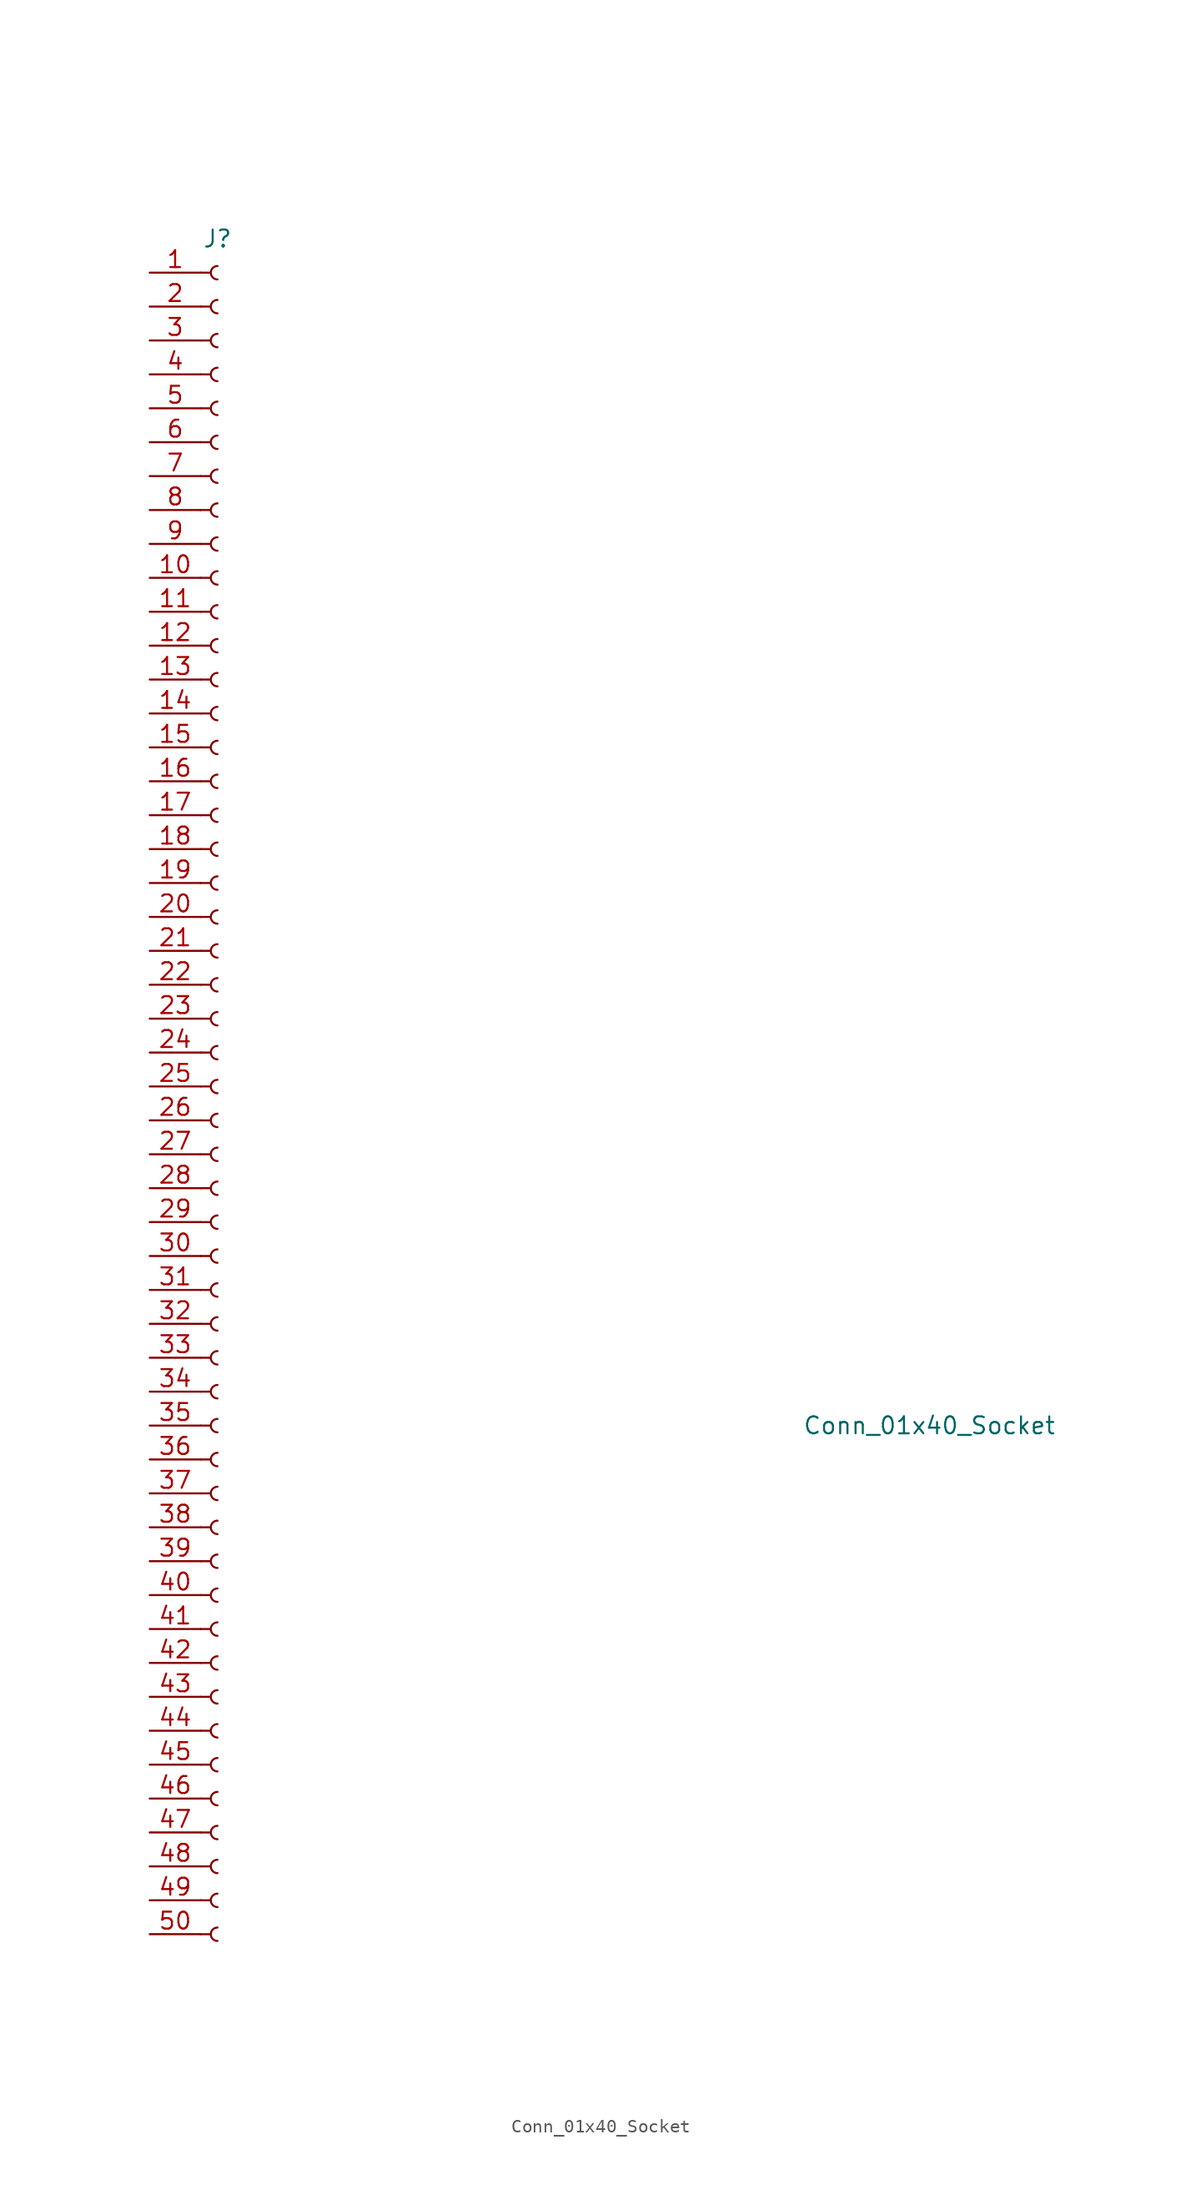
<source format=kicad_sym>
(kicad_symbol_lib
  (version 20220914)
  (generator kicad_symbol_editor)
  (symbol "Conn_01x40_Socket"
    (pin_names
      (offset 1.016) hide)
    (property "Reference" "J"
      (at 0 50.8 0)
      (effects (font (size 1.27 1.27))))
    (property "Value" "Conn_01x40_Socket"
      (at 53.34 -38.1 0)
      (effects (font (size 1.27 1.27))))
    (property "ki_locked" ""
      (at 0 0 0)
      (effects (font (size 1.27 1.27))))
    (symbol "Conn_01x40_Socket_1_1"
      (arc (start 0 -75.692) (mid -0.5058 -76.2) (end 0 -76.708) (stroke (width 0.1524) (type default)) (fill (type none)))
      (arc (start 0 -73.152) (mid -0.5058 -73.66) (end 0 -74.168) (stroke (width 0.1524) (type default)) (fill (type none)))
      (arc (start 0 -70.612) (mid -0.5058 -71.12) (end 0 -71.628) (stroke (width 0.1524) (type default)) (fill (type none)))
      (arc (start 0 -68.072) (mid -0.5058 -68.58) (end 0 -69.088) (stroke (width 0.1524) (type default)) (fill (type none)))
      (arc (start 0 -65.532) (mid -0.5058 -66.04) (end 0 -66.548) (stroke (width 0.1524) (type default)) (fill (type none)))
      (arc (start 0 -62.992) (mid -0.5058 -63.5) (end 0 -64.008) (stroke (width 0.1524) (type default)) (fill (type none)))
      (arc (start 0 -60.452) (mid -0.5058 -60.96) (end 0 -61.468) (stroke (width 0.1524) (type default)) (fill (type none)))
      (arc (start 0 -57.912) (mid -0.5058 -58.42) (end 0 -58.928) (stroke (width 0.1524) (type default)) (fill (type none)))
      (arc (start 0 -55.372) (mid -0.5058 -55.88) (end 0 -56.388) (stroke (width 0.1524) (type default)) (fill (type none)))
      (arc (start 0 -52.832) (mid -0.5058 -53.34) (end 0 -53.848) (stroke (width 0.1524) (type default)) (fill (type none)))
      (arc (start 0 -50.292) (mid -0.5058 -50.8) (end 0 -51.308) (stroke (width 0.1524) (type default)) (fill (type none)))
      (arc (start 0 -47.752) (mid -0.5058 -48.26) (end 0 -48.768) (stroke (width 0.1524) (type default)) (fill (type none)))
      (arc (start 0 -45.212) (mid -0.5058 -45.72) (end 0 -46.228) (stroke (width 0.1524) (type default)) (fill (type none)))
      (arc (start 0 -42.672) (mid -0.5058 -43.18) (end 0 -43.688) (stroke (width 0.1524) (type default)) (fill (type none)))
      (arc (start 0 -40.132) (mid -0.5058 -40.64) (end 0 -41.148) (stroke (width 0.1524) (type default)) (fill (type none)))
      (arc (start 0 -37.592) (mid -0.5058 -38.1) (end 0 -38.608) (stroke (width 0.1524) (type default)) (fill (type none)))
      (arc (start 0 -35.052) (mid -0.5058 -35.56) (end 0 -36.068) (stroke (width 0.1524) (type default)) (fill (type none)))
      (arc (start 0 -32.512) (mid -0.5058 -33.02) (end 0 -33.528) (stroke (width 0.1524) (type default)) (fill (type none)))
      (arc (start 0 -29.972) (mid -0.5058 -30.48) (end 0 -30.988) (stroke (width 0.1524) (type default)) (fill (type none)))
      (arc (start 0 -27.432) (mid -0.5058 -27.94) (end 0 -28.448) (stroke (width 0.1524) (type default)) (fill (type none)))
      (arc (start 0 -24.892) (mid -0.5058 -25.4) (end 0 -25.908) (stroke (width 0.1524) (type default)) (fill (type none)))
      (arc (start 0 -22.352) (mid -0.5058 -22.86) (end 0 -23.368) (stroke (width 0.1524) (type default)) (fill (type none)))
      (arc (start 0 -19.812) (mid -0.5058 -20.32) (end 0 -20.828) (stroke (width 0.1524) (type default)) (fill (type none)))
      (arc (start 0 -17.272) (mid -0.5058 -17.78) (end 0 -18.288) (stroke (width 0.1524) (type default)) (fill (type none)))
      (arc (start 0 -14.732) (mid -0.5058 -15.24) (end 0 -15.748) (stroke (width 0.1524) (type default)) (fill (type none)))
      (arc (start 0 -12.192) (mid -0.5058 -12.7) (end 0 -13.208) (stroke (width 0.1524) (type default)) (fill (type none)))
      (arc (start 0 -9.652) (mid -0.5058 -10.16) (end 0 -10.668) (stroke (width 0.1524) (type default)) (fill (type none)))
      (arc (start 0 -7.112) (mid -0.5058 -7.62) (end 0 -8.128) (stroke (width 0.1524) (type default)) (fill (type none)))
      (arc (start 0 -4.572) (mid -0.5058 -5.08) (end 0 -5.588) (stroke (width 0.1524) (type default)) (fill (type none)))
      (arc (start 0 -2.032) (mid -0.5058 -2.54) (end 0 -3.048) (stroke (width 0.1524) (type default)) (fill (type none)))
      (polyline (pts (xy -1.27 -76.2) (xy -0.508 -76.2)) (stroke (width 0.152) (type default)) (fill (type none)))
      (polyline (pts (xy -1.27 -73.66) (xy -0.508 -73.66)) (stroke (width 0.152) (type default)) (fill (type none)))
      (polyline (pts (xy -1.27 -71.12) (xy -0.508 -71.12)) (stroke (width 0.152) (type default)) (fill (type none)))
      (polyline (pts (xy -1.27 -68.58) (xy -0.508 -68.58)) (stroke (width 0.152) (type default)) (fill (type none)))
      (polyline (pts (xy -1.27 -66.04) (xy -0.508 -66.04)) (stroke (width 0.152) (type default)) (fill (type none)))
      (polyline (pts (xy -1.27 -63.5) (xy -0.508 -63.5)) (stroke (width 0.152) (type default)) (fill (type none)))
      (polyline (pts (xy -1.27 -60.96) (xy -0.508 -60.96)) (stroke (width 0.152) (type default)) (fill (type none)))
      (polyline (pts (xy -1.27 -58.42) (xy -0.508 -58.42)) (stroke (width 0.152) (type default)) (fill (type none)))
      (polyline (pts (xy -1.27 -55.88) (xy -0.508 -55.88)) (stroke (width 0.152) (type default)) (fill (type none)))
      (polyline (pts (xy -1.27 -53.34) (xy -0.508 -53.34)) (stroke (width 0.152) (type default)) (fill (type none)))
      (polyline (pts (xy -1.27 -50.8) (xy -0.508 -50.8)) (stroke (width 0.152) (type default)) (fill (type none)))
      (polyline (pts (xy -1.27 -48.26) (xy -0.508 -48.26)) (stroke (width 0.152) (type default)) (fill (type none)))
      (polyline (pts (xy -1.27 -45.72) (xy -0.508 -45.72)) (stroke (width 0.152) (type default)) (fill (type none)))
      (polyline (pts (xy -1.27 -43.18) (xy -0.508 -43.18)) (stroke (width 0.152) (type default)) (fill (type none)))
      (polyline (pts (xy -1.27 -40.64) (xy -0.508 -40.64)) (stroke (width 0.152) (type default)) (fill (type none)))
      (polyline (pts (xy -1.27 -38.1) (xy -0.508 -38.1)) (stroke (width 0.152) (type default)) (fill (type none)))
      (polyline (pts (xy -1.27 -35.56) (xy -0.508 -35.56)) (stroke (width 0.152) (type default)) (fill (type none)))
      (polyline (pts (xy -1.27 -33.02) (xy -0.508 -33.02)) (stroke (width 0.152) (type default)) (fill (type none)))
      (polyline (pts (xy -1.27 -30.48) (xy -0.508 -30.48)) (stroke (width 0.152) (type default)) (fill (type none)))
      (polyline (pts (xy -1.27 -27.94) (xy -0.508 -27.94)) (stroke (width 0.152) (type default)) (fill (type none)))
      (polyline (pts (xy -1.27 -25.4) (xy -0.508 -25.4)) (stroke (width 0.152) (type default)) (fill (type none)))
      (polyline (pts (xy -1.27 -22.86) (xy -0.508 -22.86)) (stroke (width 0.152) (type default)) (fill (type none)))
      (polyline (pts (xy -1.27 -20.32) (xy -0.508 -20.32)) (stroke (width 0.152) (type default)) (fill (type none)))
      (polyline (pts (xy -1.27 -17.78) (xy -0.508 -17.78)) (stroke (width 0.152) (type default)) (fill (type none)))
      (polyline (pts (xy -1.27 -15.24) (xy -0.508 -15.24)) (stroke (width 0.152) (type default)) (fill (type none)))
      (polyline (pts (xy -1.27 -12.7) (xy -0.508 -12.7)) (stroke (width 0.152) (type default)) (fill (type none)))
      (polyline (pts (xy -1.27 -10.16) (xy -0.508 -10.16)) (stroke (width 0.152) (type default)) (fill (type none)))
      (polyline (pts (xy -1.27 -7.62) (xy -0.508 -7.62)) (stroke (width 0.152) (type default)) (fill (type none)))
      (polyline (pts (xy -1.27 -5.08) (xy -0.508 -5.08)) (stroke (width 0.152) (type default)) (fill (type none)))
      (polyline (pts (xy -1.27 -2.54) (xy -0.508 -2.54)) (stroke (width 0.152) (type default)) (fill (type none)))
      (polyline (pts (xy -1.27 0) (xy -0.508 0)) (stroke (width 0.152) (type default)) (fill (type none)))
      (polyline (pts (xy -1.27 2.54) (xy -0.508 2.54)) (stroke (width 0.152) (type default)) (fill (type none)))
      (polyline (pts (xy -1.27 5.08) (xy -0.508 5.08)) (stroke (width 0.152) (type default)) (fill (type none)))
      (polyline (pts (xy -1.27 7.62) (xy -0.508 7.62)) (stroke (width 0.152) (type default)) (fill (type none)))
      (polyline (pts (xy -1.27 10.16) (xy -0.508 10.16)) (stroke (width 0.152) (type default)) (fill (type none)))
      (polyline (pts (xy -1.27 12.7) (xy -0.508 12.7)) (stroke (width 0.152) (type default)) (fill (type none)))
      (polyline (pts (xy -1.27 15.24) (xy -0.508 15.24)) (stroke (width 0.152) (type default)) (fill (type none)))
      (polyline (pts (xy -1.27 17.78) (xy -0.508 17.78)) (stroke (width 0.152) (type default)) (fill (type none)))
      (polyline (pts (xy -1.27 20.32) (xy -0.508 20.32)) (stroke (width 0.152) (type default)) (fill (type none)))
      (polyline (pts (xy -1.27 22.86) (xy -0.508 22.86)) (stroke (width 0.152) (type default)) (fill (type none)))
      (polyline (pts (xy -1.27 25.4) (xy -0.508 25.4)) (stroke (width 0.152) (type default)) (fill (type none)))
      (polyline (pts (xy -1.27 27.94) (xy -0.508 27.94)) (stroke (width 0.152) (type default)) (fill (type none)))
      (polyline (pts (xy -1.27 30.48) (xy -0.508 30.48)) (stroke (width 0.152) (type default)) (fill (type none)))
      (polyline (pts (xy -1.27 33.02) (xy -0.508 33.02)) (stroke (width 0.152) (type default)) (fill (type none)))
      (polyline (pts (xy -1.27 35.56) (xy -0.508 35.56)) (stroke (width 0.152) (type default)) (fill (type none)))
      (polyline (pts (xy -1.27 38.1) (xy -0.508 38.1)) (stroke (width 0.152) (type default)) (fill (type none)))
      (polyline (pts (xy -1.27 40.64) (xy -0.508 40.64)) (stroke (width 0.152) (type default)) (fill (type none)))
      (polyline (pts (xy -1.27 43.18) (xy -0.508 43.18)) (stroke (width 0.152) (type default)) (fill (type none)))
      (polyline (pts (xy -1.27 45.72) (xy -0.508 45.72)) (stroke (width 0.152) (type default)) (fill (type none)))
      (polyline (pts (xy -1.27 48.26) (xy -0.508 48.26)) (stroke (width 0.152) (type default)) (fill (type none)))
      (arc (start 0 0.508) (mid -0.5058 0) (end 0 -0.508) (stroke (width 0.1524) (type default)) (fill (type none)))
      (arc (start 0 3.048) (mid -0.5058 2.54) (end 0 2.032) (stroke (width 0.1524) (type default)) (fill (type none)))
      (arc (start 0 5.588) (mid -0.5058 5.08) (end 0 4.572) (stroke (width 0.1524) (type default)) (fill (type none)))
      (arc (start 0 8.128) (mid -0.5058 7.62) (end 0 7.112) (stroke (width 0.1524) (type default)) (fill (type none)))
      (arc (start 0 10.668) (mid -0.5058 10.16) (end 0 9.652) (stroke (width 0.1524) (type default)) (fill (type none)))
      (arc (start 0 13.208) (mid -0.5058 12.7) (end 0 12.192) (stroke (width 0.1524) (type default)) (fill (type none)))
      (arc (start 0 15.748) (mid -0.5058 15.24) (end 0 14.732) (stroke (width 0.1524) (type default)) (fill (type none)))
      (arc (start 0 18.288) (mid -0.5058 17.78) (end 0 17.272) (stroke (width 0.1524) (type default)) (fill (type none)))
      (arc (start 0 20.828) (mid -0.5058 20.32) (end 0 19.812) (stroke (width 0.1524) (type default)) (fill (type none)))
      (arc (start 0 23.368) (mid -0.5058 22.86) (end 0 22.352) (stroke (width 0.1524) (type default)) (fill (type none)))
      (arc (start 0 25.908) (mid -0.5058 25.4) (end 0 24.892) (stroke (width 0.1524) (type default)) (fill (type none)))
      (arc (start 0 28.448) (mid -0.5058 27.94) (end 0 27.432) (stroke (width 0.1524) (type default)) (fill (type none)))
      (arc (start 0 30.988) (mid -0.5058 30.48) (end 0 29.972) (stroke (width 0.1524) (type default)) (fill (type none)))
      (arc (start 0 33.528) (mid -0.5058 33.02) (end 0 32.512) (stroke (width 0.1524) (type default)) (fill (type none)))
      (arc (start 0 36.068) (mid -0.5058 35.56) (end 0 35.052) (stroke (width 0.1524) (type default)) (fill (type none)))
      (arc (start 0 38.608) (mid -0.5058 38.1) (end 0 37.592) (stroke (width 0.1524) (type default)) (fill (type none)))
      (arc (start 0 41.148) (mid -0.5058 40.64) (end 0 40.132) (stroke (width 0.1524) (type default)) (fill (type none)))
      (arc (start 0 43.688) (mid -0.5058 43.18) (end 0 42.672) (stroke (width 0.1524) (type default)) (fill (type none)))
      (arc (start 0 46.228) (mid -0.5058 45.72) (end 0 45.212) (stroke (width 0.1524) (type default)) (fill (type none)))
      (arc (start 0 48.768) (mid -0.5058 48.26) (end 0 47.752) (stroke (width 0.1524) (type default)) (fill (type none)))
      (pin passive line (at -5.08 48.26 0) (length 3.81) (name "Pin_1" (effects (font (size 1.27 1.27)))) (number "1" (effects (font (size 1.27 1.27)))))
      (pin passive line (at -5.08 25.4 0) (length 3.81) (name "Pin_10" (effects (font (size 1.27 1.27)))) (number "10" (effects (font (size 1.27 1.27)))))
      (pin passive line (at -5.08 22.86 0) (length 3.81) (name "Pin_11" (effects (font (size 1.27 1.27)))) (number "11" (effects (font (size 1.27 1.27)))))
      (pin passive line (at -5.08 20.32 0) (length 3.81) (name "Pin_12" (effects (font (size 1.27 1.27)))) (number "12" (effects (font (size 1.27 1.27)))))
      (pin passive line (at -5.08 17.78 0) (length 3.81) (name "Pin_13" (effects (font (size 1.27 1.27)))) (number "13" (effects (font (size 1.27 1.27)))))
      (pin passive line (at -5.08 15.24 0) (length 3.81) (name "Pin_14" (effects (font (size 1.27 1.27)))) (number "14" (effects (font (size 1.27 1.27)))))
      (pin passive line (at -5.08 12.7 0) (length 3.81) (name "Pin_15" (effects (font (size 1.27 1.27)))) (number "15" (effects (font (size 1.27 1.27)))))
      (pin passive line (at -5.08 10.16 0) (length 3.81) (name "Pin_16" (effects (font (size 1.27 1.27)))) (number "16" (effects (font (size 1.27 1.27)))))
      (pin passive line (at -5.08 7.62 0) (length 3.81) (name "Pin_17" (effects (font (size 1.27 1.27)))) (number "17" (effects (font (size 1.27 1.27)))))
      (pin passive line (at -5.08 5.08 0) (length 3.81) (name "Pin_18" (effects (font (size 1.27 1.27)))) (number "18" (effects (font (size 1.27 1.27)))))
      (pin passive line (at -5.08 2.54 0) (length 3.81) (name "Pin_19" (effects (font (size 1.27 1.27)))) (number "19" (effects (font (size 1.27 1.27)))))
      (pin passive line (at -5.08 45.72 0) (length 3.81) (name "Pin_2" (effects (font (size 1.27 1.27)))) (number "2" (effects (font (size 1.27 1.27)))))
      (pin passive line (at -5.08 0 0) (length 3.81) (name "Pin_20" (effects (font (size 1.27 1.27)))) (number "20" (effects (font (size 1.27 1.27)))))
      (pin passive line (at -5.08 -2.54 0) (length 3.81) (name "Pin_21" (effects (font (size 1.27 1.27)))) (number "21" (effects (font (size 1.27 1.27)))))
      (pin passive line (at -5.08 -5.08 0) (length 3.81) (name "Pin_22" (effects (font (size 1.27 1.27)))) (number "22" (effects (font (size 1.27 1.27)))))
      (pin passive line (at -5.08 -7.62 0) (length 3.81) (name "Pin_23" (effects (font (size 1.27 1.27)))) (number "23" (effects (font (size 1.27 1.27)))))
      (pin passive line (at -5.08 -10.16 0) (length 3.81) (name "Pin_24" (effects (font (size 1.27 1.27)))) (number "24" (effects (font (size 1.27 1.27)))))
      (pin passive line (at -5.08 -12.7 0) (length 3.81) (name "Pin_25" (effects (font (size 1.27 1.27)))) (number "25" (effects (font (size 1.27 1.27)))))
      (pin passive line (at -5.08 -15.24 0) (length 3.81) (name "Pin_26" (effects (font (size 1.27 1.27)))) (number "26" (effects (font (size 1.27 1.27)))))
      (pin passive line (at -5.08 -17.78 0) (length 3.81) (name "Pin_27" (effects (font (size 1.27 1.27)))) (number "27" (effects (font (size 1.27 1.27)))))
      (pin passive line (at -5.08 -20.32 0) (length 3.81) (name "Pin_28" (effects (font (size 1.27 1.27)))) (number "28" (effects (font (size 1.27 1.27)))))
      (pin passive line (at -5.08 -22.86 0) (length 3.81) (name "Pin_29" (effects (font (size 1.27 1.27)))) (number "29" (effects (font (size 1.27 1.27)))))
      (pin passive line (at -5.08 43.18 0) (length 3.81) (name "Pin_3" (effects (font (size 1.27 1.27)))) (number "3" (effects (font (size 1.27 1.27)))))
      (pin passive line (at -5.08 -25.4 0) (length 3.81) (name "Pin_30" (effects (font (size 1.27 1.27)))) (number "30" (effects (font (size 1.27 1.27)))))
      (pin passive line (at -5.08 -27.94 0) (length 3.81) (name "Pin_31" (effects (font (size 1.27 1.27)))) (number "31" (effects (font (size 1.27 1.27)))))
      (pin passive line (at -5.08 -30.48 0) (length 3.81) (name "Pin_32" (effects (font (size 1.27 1.27)))) (number "32" (effects (font (size 1.27 1.27)))))
      (pin passive line (at -5.08 -33.02 0) (length 3.81) (name "Pin_33" (effects (font (size 1.27 1.27)))) (number "33" (effects (font (size 1.27 1.27)))))
      (pin passive line (at -5.08 -35.56 0) (length 3.81) (name "Pin_34" (effects (font (size 1.27 1.27)))) (number "34" (effects (font (size 1.27 1.27)))))
      (pin passive line (at -5.08 -38.1 0) (length 3.81) (name "Pin_35" (effects (font (size 1.27 1.27)))) (number "35" (effects (font (size 1.27 1.27)))))
      (pin passive line (at -5.08 -40.64 0) (length 3.81) (name "Pin_36" (effects (font (size 1.27 1.27)))) (number "36" (effects (font (size 1.27 1.27)))))
      (pin passive line (at -5.08 -43.18 0) (length 3.81) (name "Pin_37" (effects (font (size 1.27 1.27)))) (number "37" (effects (font (size 1.27 1.27)))))
      (pin passive line (at -5.08 -45.72 0) (length 3.81) (name "Pin_38" (effects (font (size 1.27 1.27)))) (number "38" (effects (font (size 1.27 1.27)))))
      (pin passive line (at -5.08 -48.26 0) (length 3.81) (name "Pin_39" (effects (font (size 1.27 1.27)))) (number "39" (effects (font (size 1.27 1.27)))))
      (pin passive line (at -5.08 40.64 0) (length 3.81) (name "Pin_4" (effects (font (size 1.27 1.27)))) (number "4" (effects (font (size 1.27 1.27)))))
      (pin passive line (at -5.08 -50.8 0) (length 3.81) (name "Pin_40" (effects (font (size 1.27 1.27)))) (number "40" (effects (font (size 1.27 1.27)))))
      (pin passive line (at -5.08 -53.34 0) (length 3.81) (name "Pin_41" (effects (font (size 1.27 1.27)))) (number "41" (effects (font (size 1.27 1.27)))))
      (pin passive line (at -5.08 -55.88 0) (length 3.81) (name "Pin_42" (effects (font (size 1.27 1.27)))) (number "42" (effects (font (size 1.27 1.27)))))
      (pin passive line (at -5.08 -58.42 0) (length 3.81) (name "Pin_43" (effects (font (size 1.27 1.27)))) (number "43" (effects (font (size 1.27 1.27)))))
      (pin passive line (at -5.08 -60.96 0) (length 3.81) (name "Pin_44" (effects (font (size 1.27 1.27)))) (number "44" (effects (font (size 1.27 1.27)))))
      (pin passive line (at -5.08 -63.5 0) (length 3.81) (name "Pin_45" (effects (font (size 1.27 1.27)))) (number "45" (effects (font (size 1.27 1.27)))))
      (pin passive line (at -5.08 -66.04 0) (length 3.81) (name "Pin_46" (effects (font (size 1.27 1.27)))) (number "46" (effects (font (size 1.27 1.27)))))
      (pin passive line (at -5.08 -68.58 0) (length 3.81) (name "Pin_47" (effects (font (size 1.27 1.27)))) (number "47" (effects (font (size 1.27 1.27)))))
      (pin passive line (at -5.08 -71.12 0) (length 3.81) (name "Pin_48" (effects (font (size 1.27 1.27)))) (number "48" (effects (font (size 1.27 1.27)))))
      (pin passive line (at -5.08 -73.66 0) (length 3.81) (name "Pin_49" (effects (font (size 1.27 1.27)))) (number "49" (effects (font (size 1.27 1.27)))))
      (pin passive line (at -5.08 38.1 0) (length 3.81) (name "Pin_5" (effects (font (size 1.27 1.27)))) (number "5" (effects (font (size 1.27 1.27)))))
      (pin passive line (at -5.08 -76.2 0) (length 3.81) (name "Pin_50" (effects (font (size 1.27 1.27)))) (number "50" (effects (font (size 1.27 1.27)))))
      (pin passive line (at -5.08 35.56 0) (length 3.81) (name "Pin_6" (effects (font (size 1.27 1.27)))) (number "6" (effects (font (size 1.27 1.27)))))
      (pin passive line (at -5.08 33.02 0) (length 3.81) (name "Pin_7" (effects (font (size 1.27 1.27)))) (number "7" (effects (font (size 1.27 1.27)))))
      (pin passive line (at -5.08 30.48 0) (length 3.81) (name "Pin_8" (effects (font (size 1.27 1.27)))) (number "8" (effects (font (size 1.27 1.27)))))
      (pin passive line (at -5.08 27.94 0) (length 3.81) (name "Pin_9" (effects (font (size 1.27 1.27)))) (number "9" (effects (font (size 1.27 1.27))))))))
</source>
